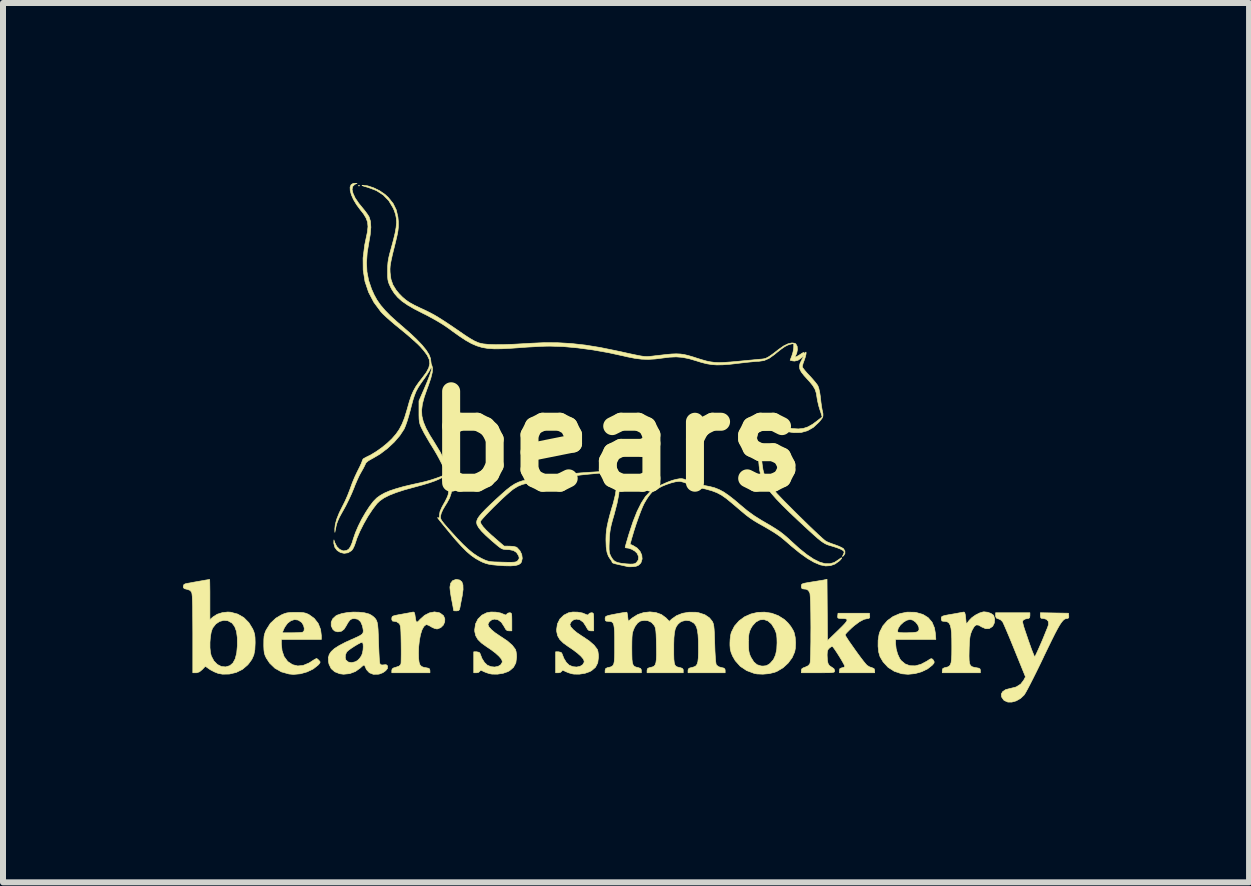
<source format=kicad_pcb>
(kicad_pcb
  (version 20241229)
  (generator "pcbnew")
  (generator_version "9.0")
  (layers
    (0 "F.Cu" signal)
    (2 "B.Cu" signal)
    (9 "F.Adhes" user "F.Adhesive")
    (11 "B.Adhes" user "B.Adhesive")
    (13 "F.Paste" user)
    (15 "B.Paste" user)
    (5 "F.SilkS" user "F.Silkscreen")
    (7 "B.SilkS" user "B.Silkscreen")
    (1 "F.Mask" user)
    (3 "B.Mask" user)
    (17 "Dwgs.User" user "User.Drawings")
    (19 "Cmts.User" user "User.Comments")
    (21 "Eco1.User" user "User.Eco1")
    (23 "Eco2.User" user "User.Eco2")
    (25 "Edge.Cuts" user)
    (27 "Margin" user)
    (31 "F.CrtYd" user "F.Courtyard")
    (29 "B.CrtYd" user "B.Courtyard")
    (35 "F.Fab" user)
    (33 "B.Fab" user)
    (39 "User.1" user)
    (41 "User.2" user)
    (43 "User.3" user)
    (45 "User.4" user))
  (footprint "bears"
    (layer "F.Cu")
    (at 7.228 4.307)
    (property "Reference" "bears" (at 0 0 0) (layer "F.SilkS") (effects (font (size 1.524 1.524) (thickness 0.3))))
    (attr through_hole)
    (fp_poly (pts (xy -4.286 -4.262) (xy -4.294 -4.255) (xy -4.302 -4.262) (xy -4.294 -4.27) (xy -4.286 -4.262)) (stroke (width 0.01) (type solid)) (fill yes) (layer "F.SilkS"))
    (fp_poly (pts (xy -2.615 2.312) (xy -2.579 2.342) (xy -2.561 2.394) (xy -2.559 2.471) (xy -2.573 2.573) (xy -2.578 2.598) (xy -2.591 2.664) (xy -2.603 2.726) (xy -2.61 2.766) (xy -2.62 2.806) (xy -2.637 2.822) (xy -2.668 2.826) (xy -2.701 2.825) (xy -2.715 2.822) (xy -2.718 2.806) (xy -2.725 2.765) (xy -2.736 2.706) (xy -2.746 2.655) (xy -2.76 2.579) (xy -2.771 2.507) (xy -2.777 2.451) (xy -2.778 2.428) (xy -2.766 2.365) (xy -2.733 2.322) (xy -2.681 2.303) (xy -2.667 2.302) (xy -2.615 2.312)) (stroke (width 0.01) (type solid)) (fill yes) (layer "F.SilkS"))
    (fp_poly (pts (xy 4.968 2.849) (xy 4.995 2.853) (xy 5.106 2.885) (xy 5.194 2.939) (xy 5.259 3.015) (xy 5.299 3.111) (xy 5.314 3.199) (xy 5.322 3.302) (xy 4.651 3.302) (xy 4.651 3.371) (xy 4.66 3.456) (xy 4.684 3.544) (xy 4.719 3.62) (xy 4.742 3.653) (xy 4.81 3.71) (xy 4.889 3.74) (xy 4.979 3.742) (xy 5.075 3.716) (xy 5.175 3.663) (xy 5.191 3.652) (xy 5.23 3.627) (xy 5.255 3.623) (xy 5.275 3.64) (xy 5.284 3.653) (xy 5.295 3.677) (xy 5.289 3.7) (xy 5.262 3.731) (xy 5.26 3.733) (xy 5.182 3.794) (xy 5.084 3.841) (xy 4.973 3.872) (xy 4.859 3.883) (xy 4.751 3.874) (xy 4.749 3.873) (xy 4.629 3.833) (xy 4.526 3.767) (xy 4.443 3.677) (xy 4.392 3.59) (xy 4.369 3.512) (xy 4.359 3.417) (xy 4.36 3.316) (xy 4.375 3.221) (xy 4.387 3.179) (xy 4.395 3.163) (xy 4.683 3.163) (xy 4.686 3.176) (xy 4.7 3.184) (xy 4.73 3.189) (xy 4.782 3.191) (xy 4.839 3.191) (xy 4.931 3.188) (xy 4.993 3.181) (xy 5.024 3.17) (xy 5.042 3.139) (xy 5.039 3.099) (xy 5.018 3.054) (xy 4.984 3.013) (xy 4.942 2.982) (xy 4.896 2.969) (xy 4.891 2.969) (xy 4.836 2.982) (xy 4.78 3.016) (xy 4.73 3.063) (xy 4.695 3.116) (xy 4.683 3.163) (xy 4.395 3.163) (xy 4.439 3.076) (xy 4.515 2.988) (xy 4.61 2.919) (xy 4.721 2.872) (xy 4.842 2.847) (xy 4.968 2.849)) (stroke (width 0.01) (type solid)) (fill yes) (layer "F.SilkS"))
    (fp_poly (pts (xy 2.585 2.865) (xy 2.696 2.906) (xy 2.798 2.971) (xy 2.856 3.026) (xy 2.903 3.084) (xy 2.941 3.146) (xy 2.959 3.185) (xy 2.977 3.264) (xy 2.984 3.357) (xy 2.98 3.449) (xy 2.969 3.509) (xy 2.927 3.605) (xy 2.86 3.696) (xy 2.775 3.774) (xy 2.678 3.832) (xy 2.637 3.849) (xy 2.543 3.872) (xy 2.439 3.881) (xy 2.34 3.877) (xy 2.294 3.868) (xy 2.168 3.821) (xy 2.062 3.75) (xy 1.978 3.656) (xy 1.934 3.58) (xy 1.909 3.519) (xy 1.895 3.465) (xy 1.89 3.401) (xy 1.89 3.365) (xy 1.89 3.358) (xy 2.199 3.358) (xy 2.2 3.435) (xy 2.204 3.49) (xy 2.213 3.534) (xy 2.228 3.575) (xy 2.242 3.604) (xy 2.288 3.677) (xy 2.341 3.723) (xy 2.407 3.744) (xy 2.44 3.746) (xy 2.494 3.74) (xy 2.54 3.716) (xy 2.562 3.698) (xy 2.615 3.638) (xy 2.65 3.561) (xy 2.67 3.465) (xy 2.675 3.358) (xy 2.673 3.282) (xy 2.668 3.226) (xy 2.655 3.178) (xy 2.634 3.128) (xy 2.632 3.124) (xy 2.582 3.044) (xy 2.522 2.993) (xy 2.456 2.97) (xy 2.388 2.976) (xy 2.323 3.011) (xy 2.265 3.074) (xy 2.238 3.119) (xy 2.219 3.162) (xy 2.208 3.202) (xy 2.201 3.251) (xy 2.199 3.317) (xy 2.199 3.358) (xy 1.89 3.358) (xy 1.893 3.297) (xy 1.901 3.233) (xy 1.912 3.186) (xy 1.965 3.08) (xy 2.041 2.993) (xy 2.133 2.925) (xy 2.238 2.878) (xy 2.351 2.851) (xy 2.468 2.847) (xy 2.585 2.865)) (stroke (width 0.01) (type solid)) (fill yes) (layer "F.SilkS"))
    (fp_poly (pts (xy -5.273 2.852) (xy -5.219 2.856) (xy -5.177 2.866) (xy -5.139 2.882) (xy -5.129 2.887) (xy -5.04 2.951) (xy -4.974 3.035) (xy -4.934 3.136) (xy -4.921 3.241) (xy -4.921 3.302) (xy -5.588 3.302) (xy -5.588 3.378) (xy -5.576 3.49) (xy -5.543 3.587) (xy -5.488 3.662) (xy -5.479 3.672) (xy -5.401 3.723) (xy -5.315 3.744) (xy -5.224 3.735) (xy -5.128 3.695) (xy -5.094 3.674) (xy -5.05 3.645) (xy -5.016 3.626) (xy -5.001 3.619) (xy -4.983 3.63) (xy -4.961 3.652) (xy -4.943 3.674) (xy -4.944 3.691) (xy -4.963 3.716) (xy -4.975 3.729) (xy -5.057 3.794) (xy -5.159 3.843) (xy -5.272 3.875) (xy -5.387 3.885) (xy -5.461 3.878) (xy -5.587 3.843) (xy -5.695 3.782) (xy -5.783 3.697) (xy -5.839 3.612) (xy -5.859 3.569) (xy -5.872 3.528) (xy -5.878 3.479) (xy -5.881 3.413) (xy -5.881 3.381) (xy -5.88 3.305) (xy -5.876 3.249) (xy -5.865 3.204) (xy -5.86 3.191) (xy -5.573 3.191) (xy -5.415 3.191) (xy -5.345 3.19) (xy -5.285 3.187) (xy -5.244 3.184) (xy -5.232 3.181) (xy -5.21 3.158) (xy -5.206 3.118) (xy -5.217 3.071) (xy -5.243 3.026) (xy -5.253 3.015) (xy -5.308 2.979) (xy -5.369 2.971) (xy -5.429 2.99) (xy -5.486 3.033) (xy -5.532 3.098) (xy -5.548 3.131) (xy -5.573 3.191) (xy -5.86 3.191) (xy -5.848 3.159) (xy -5.84 3.143) (xy -5.772 3.035) (xy -5.68 2.948) (xy -5.589 2.894) (xy -5.541 2.873) (xy -5.497 2.86) (xy -5.445 2.853) (xy -5.376 2.851) (xy -5.35 2.851) (xy -5.273 2.852)) (stroke (width 0.01) (type solid)) (fill yes) (layer "F.SilkS"))
    (fp_poly (pts (xy 6.187 2.849) (xy 6.241 2.869) (xy 6.279 2.895) (xy 6.287 2.906) (xy 6.303 2.964) (xy 6.297 3.027) (xy 6.271 3.08) (xy 6.263 3.088) (xy 6.212 3.121) (xy 6.153 3.123) (xy 6.086 3.094) (xy 6.076 3.087) (xy 6.03 3.062) (xy 5.994 3.061) (xy 5.963 3.085) (xy 5.932 3.137) (xy 5.92 3.162) (xy 5.905 3.201) (xy 5.894 3.24) (xy 5.887 3.288) (xy 5.882 3.351) (xy 5.878 3.435) (xy 5.877 3.477) (xy 5.875 3.577) (xy 5.877 3.651) (xy 5.884 3.702) (xy 5.899 3.736) (xy 5.924 3.756) (xy 5.96 3.767) (xy 6 3.774) (xy 6.041 3.782) (xy 6.06 3.796) (xy 6.064 3.82) (xy 6.064 3.858) (xy 5.429 3.858) (xy 5.429 3.819) (xy 5.435 3.791) (xy 5.459 3.776) (xy 5.485 3.769) (xy 5.519 3.761) (xy 5.545 3.747) (xy 5.563 3.725) (xy 5.576 3.689) (xy 5.583 3.636) (xy 5.587 3.561) (xy 5.588 3.46) (xy 5.588 3.412) (xy 5.587 3.286) (xy 5.583 3.188) (xy 5.574 3.114) (xy 5.561 3.063) (xy 5.541 3.029) (xy 5.514 3.009) (xy 5.478 3.001) (xy 5.454 3) (xy 5.424 2.995) (xy 5.414 2.972) (xy 5.413 2.956) (xy 5.414 2.936) (xy 5.421 2.922) (xy 5.44 2.912) (xy 5.475 2.902) (xy 5.533 2.891) (xy 5.579 2.883) (xy 5.651 2.871) (xy 5.713 2.859) (xy 5.759 2.851) (xy 5.776 2.847) (xy 5.793 2.846) (xy 5.804 2.857) (xy 5.812 2.887) (xy 5.819 2.942) (xy 5.819 2.944) (xy 5.83 3.049) (xy 5.876 2.986) (xy 5.922 2.939) (xy 5.984 2.895) (xy 6.051 2.861) (xy 6.111 2.843) (xy 6.128 2.842) (xy 6.187 2.849)) (stroke (width 0.01) (type solid)) (fill yes) (layer "F.SilkS"))
    (fp_poly (pts (xy -2.96 2.855) (xy -2.937 2.866) (xy -2.885 2.906) (xy -2.863 2.959) (xy -2.865 3.009) (xy -2.888 3.063) (xy -2.931 3.105) (xy -2.984 3.126) (xy -2.998 3.127) (xy -3.036 3.118) (xy -3.083 3.096) (xy -3.096 3.087) (xy -3.137 3.065) (xy -3.169 3.055) (xy -3.177 3.056) (xy -3.212 3.085) (xy -3.243 3.141) (xy -3.268 3.22) (xy -3.287 3.318) (xy -3.299 3.43) (xy -3.302 3.526) (xy -3.3 3.618) (xy -3.292 3.683) (xy -3.277 3.726) (xy -3.251 3.753) (xy -3.212 3.768) (xy -3.179 3.773) (xy -3.136 3.782) (xy -3.116 3.795) (xy -3.112 3.82) (xy -3.111 3.82) (xy -3.111 3.858) (xy -3.747 3.858) (xy -3.747 3.82) (xy -3.741 3.795) (xy -3.72 3.778) (xy -3.676 3.764) (xy -3.675 3.764) (xy -3.626 3.747) (xy -3.601 3.724) (xy -3.595 3.71) (xy -3.592 3.683) (xy -3.591 3.63) (xy -3.59 3.556) (xy -3.59 3.468) (xy -3.591 3.371) (xy -3.591 3.37) (xy -3.593 3.263) (xy -3.595 3.184) (xy -3.598 3.127) (xy -3.603 3.087) (xy -3.61 3.061) (xy -3.618 3.043) (xy -3.626 3.034) (xy -3.667 3.007) (xy -3.701 3) (xy -3.734 2.996) (xy -3.746 2.975) (xy -3.747 2.955) (xy -3.745 2.935) (xy -3.738 2.92) (xy -3.719 2.91) (xy -3.682 2.9) (xy -3.622 2.888) (xy -3.592 2.883) (xy -3.521 2.87) (xy -3.46 2.859) (xy -3.416 2.85) (xy -3.402 2.847) (xy -3.381 2.846) (xy -3.369 2.858) (xy -3.361 2.893) (xy -3.358 2.916) (xy -3.348 2.976) (xy -3.339 3.008) (xy -3.325 3.014) (xy -3.301 2.995) (xy -3.275 2.967) (xy -3.2 2.9) (xy -3.119 2.859) (xy -3.037 2.843) (xy -2.96 2.855)) (stroke (width 0.01) (type solid)) (fill yes) (layer "F.SilkS"))
    (fp_poly (pts (xy -2.013 2.847) (xy -1.935 2.861) (xy -1.892 2.878) (xy -1.856 2.893) (xy -1.839 2.893) (xy -1.831 2.88) (xy -1.81 2.863) (xy -1.784 2.857) (xy -1.767 2.859) (xy -1.756 2.866) (xy -1.749 2.887) (xy -1.747 2.925) (xy -1.746 2.988) (xy -1.746 3.008) (xy -1.746 3.159) (xy -1.792 3.159) (xy -1.823 3.155) (xy -1.846 3.136) (xy -1.869 3.096) (xy -1.874 3.087) (xy -1.92 3.016) (xy -1.975 2.975) (xy -2.036 2.963) (xy -2.081 2.975) (xy -2.12 3.005) (xy -2.142 3.044) (xy -2.143 3.056) (xy -2.129 3.092) (xy -2.089 3.137) (xy -2.027 3.189) (xy -1.946 3.244) (xy -1.932 3.253) (xy -1.821 3.327) (xy -1.739 3.399) (xy -1.688 3.466) (xy -1.685 3.472) (xy -1.675 3.506) (xy -1.668 3.559) (xy -1.667 3.599) (xy -1.679 3.692) (xy -1.718 3.766) (xy -1.782 3.822) (xy -1.813 3.839) (xy -1.893 3.867) (xy -1.986 3.881) (xy -2.076 3.88) (xy -2.116 3.873) (xy -2.17 3.856) (xy -2.221 3.835) (xy -2.223 3.833) (xy -2.256 3.818) (xy -2.272 3.82) (xy -2.28 3.833) (xy -2.302 3.852) (xy -2.335 3.858) (xy -2.381 3.858) (xy -2.381 3.508) (xy -2.333 3.508) (xy -2.291 3.517) (xy -2.276 3.536) (xy -2.244 3.619) (xy -2.202 3.686) (xy -2.157 3.729) (xy -2.155 3.731) (xy -2.094 3.756) (xy -2.032 3.762) (xy -1.975 3.751) (xy -1.931 3.725) (xy -1.907 3.685) (xy -1.905 3.665) (xy -1.919 3.63) (xy -1.958 3.584) (xy -2.018 3.529) (xy -2.098 3.469) (xy -2.167 3.423) (xy -2.253 3.361) (xy -2.312 3.302) (xy -2.348 3.24) (xy -2.364 3.171) (xy -2.365 3.139) (xy -2.351 3.043) (xy -2.31 2.961) (xy -2.245 2.897) (xy -2.164 2.857) (xy -2.095 2.845) (xy -2.013 2.847)) (stroke (width 0.01) (type solid)) (fill yes) (layer "F.SilkS"))
    (fp_poly (pts (xy -0.648 2.847) (xy -0.569 2.861) (xy -0.527 2.878) (xy -0.491 2.893) (xy -0.474 2.893) (xy -0.466 2.88) (xy -0.445 2.863) (xy -0.419 2.857) (xy -0.401 2.859) (xy -0.39 2.866) (xy -0.384 2.887) (xy -0.382 2.925) (xy -0.381 2.988) (xy -0.381 3.008) (xy -0.381 3.159) (xy -0.427 3.159) (xy -0.458 3.155) (xy -0.48 3.136) (xy -0.504 3.096) (xy -0.508 3.087) (xy -0.554 3.016) (xy -0.61 2.975) (xy -0.67 2.963) (xy -0.716 2.975) (xy -0.755 3.005) (xy -0.776 3.044) (xy -0.778 3.056) (xy -0.764 3.092) (xy -0.724 3.137) (xy -0.662 3.189) (xy -0.581 3.244) (xy -0.566 3.253) (xy -0.456 3.327) (xy -0.374 3.399) (xy -0.323 3.466) (xy -0.319 3.472) (xy -0.31 3.506) (xy -0.303 3.559) (xy -0.302 3.599) (xy -0.314 3.692) (xy -0.352 3.766) (xy -0.417 3.822) (xy -0.448 3.839) (xy -0.528 3.867) (xy -0.621 3.881) (xy -0.71 3.88) (xy -0.751 3.873) (xy -0.805 3.856) (xy -0.855 3.835) (xy -0.858 3.833) (xy -0.891 3.818) (xy -0.907 3.82) (xy -0.915 3.833) (xy -0.937 3.852) (xy -0.97 3.858) (xy -1.016 3.858) (xy -1.016 3.508) (xy -0.968 3.508) (xy -0.926 3.517) (xy -0.911 3.536) (xy -0.878 3.619) (xy -0.837 3.686) (xy -0.792 3.729) (xy -0.79 3.731) (xy -0.729 3.756) (xy -0.666 3.762) (xy -0.61 3.751) (xy -0.566 3.725) (xy -0.542 3.685) (xy -0.54 3.665) (xy -0.553 3.63) (xy -0.592 3.584) (xy -0.653 3.529) (xy -0.733 3.469) (xy -0.802 3.423) (xy -0.888 3.361) (xy -0.947 3.302) (xy -0.983 3.24) (xy -0.998 3.171) (xy -1 3.139) (xy -0.986 3.043) (xy -0.945 2.961) (xy -0.879 2.897) (xy -0.799 2.857) (xy -0.73 2.845) (xy -0.648 2.847)) (stroke (width 0.01) (type solid)) (fill yes) (layer "F.SilkS"))
    (fp_poly (pts (xy 7.533 2.865) (xy 7.538 2.909) (xy 7.537 2.941) (xy 7.519 2.952) (xy 7.51 2.953) (xy 7.488 2.956) (xy 7.466 2.965) (xy 7.443 2.985) (xy 7.417 3.016) (xy 7.386 3.062) (xy 7.35 3.125) (xy 7.307 3.206) (xy 7.255 3.31) (xy 7.193 3.437) (xy 7.119 3.59) (xy 7.113 3.604) (xy 7.052 3.731) (xy 6.993 3.851) (xy 6.938 3.961) (xy 6.889 4.057) (xy 6.848 4.135) (xy 6.816 4.193) (xy 6.795 4.225) (xy 6.793 4.229) (xy 6.732 4.286) (xy 6.662 4.326) (xy 6.59 4.346) (xy 6.522 4.346) (xy 6.466 4.322) (xy 6.452 4.311) (xy 6.418 4.261) (xy 6.413 4.213) (xy 6.436 4.172) (xy 6.485 4.139) (xy 6.557 4.12) (xy 6.563 4.119) (xy 6.661 4.094) (xy 6.736 4.047) (xy 6.786 3.982) (xy 6.816 3.925) (xy 6.637 3.484) (xy 6.591 3.371) (xy 6.548 3.266) (xy 6.509 3.174) (xy 6.476 3.097) (xy 6.451 3.041) (xy 6.436 3.009) (xy 6.433 3.005) (xy 6.399 2.973) (xy 6.363 2.958) (xy 6.33 2.945) (xy 6.319 2.918) (xy 6.318 2.903) (xy 6.318 2.857) (xy 6.89 2.857) (xy 6.89 2.905) (xy 6.885 2.939) (xy 6.867 2.952) (xy 6.853 2.953) (xy 6.811 2.962) (xy 6.786 2.976) (xy 6.776 2.984) (xy 6.77 2.996) (xy 6.769 3.014) (xy 6.775 3.044) (xy 6.787 3.089) (xy 6.808 3.153) (xy 6.838 3.241) (xy 6.858 3.3) (xy 6.89 3.391) (xy 6.918 3.47) (xy 6.943 3.532) (xy 6.96 3.574) (xy 6.97 3.591) (xy 6.971 3.591) (xy 6.983 3.57) (xy 7.004 3.526) (xy 7.032 3.465) (xy 7.064 3.392) (xy 7.098 3.314) (xy 7.13 3.236) (xy 7.159 3.164) (xy 7.183 3.106) (xy 7.197 3.065) (xy 7.201 3.053) (xy 7.198 3.003) (xy 7.169 2.968) (xy 7.119 2.953) (xy 7.111 2.953) (xy 7.078 2.949) (xy 7.066 2.93) (xy 7.064 2.905) (xy 7.064 2.857) (xy 7.533 2.865)) (stroke (width 0.01) (type solid)) (fill yes) (layer "F.SilkS"))
    (fp_poly (pts (xy -6.782 2.317) (xy -6.781 2.359) (xy -6.78 2.424) (xy -6.779 2.507) (xy -6.779 2.602) (xy -6.779 2.637) (xy -6.779 2.972) (xy -6.725 2.925) (xy -6.657 2.882) (xy -6.571 2.855) (xy -6.481 2.845) (xy -6.434 2.848) (xy -6.317 2.879) (xy -6.215 2.937) (xy -6.13 3.022) (xy -6.066 3.126) (xy -6.046 3.174) (xy -6.033 3.22) (xy -6.027 3.272) (xy -6.025 3.343) (xy -6.025 3.365) (xy -6.03 3.473) (xy -6.047 3.56) (xy -6.08 3.634) (xy -6.132 3.706) (xy -6.151 3.728) (xy -6.237 3.801) (xy -6.34 3.852) (xy -6.454 3.879) (xy -6.569 3.881) (xy -6.641 3.868) (xy -6.702 3.844) (xy -6.766 3.811) (xy -6.786 3.798) (xy -6.855 3.749) (xy -6.907 3.804) (xy -6.953 3.842) (xy -6.997 3.857) (xy -7.012 3.858) (xy -7.064 3.858) (xy -7.064 3.349) (xy -6.778 3.349) (xy -6.778 3.44) (xy -6.77 3.521) (xy -6.756 3.579) (xy -6.712 3.661) (xy -6.655 3.719) (xy -6.588 3.753) (xy -6.516 3.76) (xy -6.446 3.739) (xy -6.395 3.695) (xy -6.357 3.625) (xy -6.332 3.526) (xy -6.321 3.403) (xy -6.322 3.272) (xy -6.336 3.168) (xy -6.365 3.089) (xy -6.408 3.031) (xy -6.415 3.026) (xy -6.478 2.991) (xy -6.547 2.984) (xy -6.617 3.002) (xy -6.68 3.044) (xy -6.731 3.109) (xy -6.737 3.119) (xy -6.757 3.178) (xy -6.771 3.258) (xy -6.778 3.349) (xy -7.064 3.349) (xy -7.064 3.207) (xy -7.065 3.026) (xy -7.066 2.875) (xy -7.067 2.752) (xy -7.07 2.657) (xy -7.073 2.587) (xy -7.078 2.541) (xy -7.083 2.517) (xy -7.083 2.517) (xy -7.108 2.485) (xy -7.153 2.468) (xy -7.162 2.466) (xy -7.203 2.456) (xy -7.22 2.44) (xy -7.223 2.419) (xy -7.212 2.386) (xy -7.187 2.374) (xy -7.161 2.368) (xy -7.113 2.36) (xy -7.051 2.348) (xy -6.982 2.336) (xy -6.914 2.324) (xy -6.853 2.313) (xy -6.808 2.306) (xy -6.785 2.302) (xy -6.784 2.302) (xy -6.782 2.317)) (stroke (width 0.01) (type solid)) (fill yes) (layer "F.SilkS"))
    (fp_poly (pts (xy -4.292 2.848) (xy -4.201 2.858) (xy -4.126 2.878) (xy -4.083 2.901) (xy -4.049 2.927) (xy -4.024 2.952) (xy -4.005 2.98) (xy -3.991 3.017) (xy -3.982 3.066) (xy -3.976 3.133) (xy -3.972 3.222) (xy -3.968 3.338) (xy -3.968 3.347) (xy -3.964 3.447) (xy -3.96 3.538) (xy -3.956 3.614) (xy -3.951 3.671) (xy -3.947 3.702) (xy -3.946 3.705) (xy -3.928 3.725) (xy -3.896 3.728) (xy -3.88 3.725) (xy -3.842 3.723) (xy -3.823 3.736) (xy -3.817 3.751) (xy -3.82 3.787) (xy -3.849 3.823) (xy -3.895 3.856) (xy -3.952 3.878) (xy -3.973 3.882) (xy -4.056 3.883) (xy -4.121 3.857) (xy -4.169 3.805) (xy -4.197 3.742) (xy -4.205 3.729) (xy -4.221 3.733) (xy -4.249 3.756) (xy -4.271 3.777) (xy -4.353 3.836) (xy -4.449 3.872) (xy -4.551 3.882) (xy -4.615 3.874) (xy -4.698 3.841) (xy -4.758 3.788) (xy -4.794 3.713) (xy -4.803 3.666) (xy -4.804 3.608) (xy -4.523 3.608) (xy -4.512 3.645) (xy -4.472 3.679) (xy -4.417 3.689) (xy -4.355 3.674) (xy -4.318 3.653) (xy -4.284 3.619) (xy -4.253 3.575) (xy -4.251 3.571) (xy -4.236 3.529) (xy -4.226 3.477) (xy -4.223 3.425) (xy -4.225 3.381) (xy -4.234 3.354) (xy -4.242 3.35) (xy -4.269 3.358) (xy -4.313 3.381) (xy -4.365 3.412) (xy -4.419 3.447) (xy -4.465 3.48) (xy -4.495 3.507) (xy -4.5 3.512) (xy -4.519 3.558) (xy -4.523 3.608) (xy -4.804 3.608) (xy -4.804 3.607) (xy -4.79 3.553) (xy -4.757 3.504) (xy -4.704 3.455) (xy -4.627 3.406) (xy -4.525 3.352) (xy -4.415 3.302) (xy -4.334 3.266) (xy -4.277 3.238) (xy -4.242 3.214) (xy -4.225 3.187) (xy -4.222 3.155) (xy -4.229 3.111) (xy -4.238 3.072) (xy -4.266 3.007) (xy -4.312 2.966) (xy -4.373 2.953) (xy -4.413 2.959) (xy -4.446 2.98) (xy -4.478 3.023) (xy -4.507 3.075) (xy -4.544 3.133) (xy -4.587 3.165) (xy -4.643 3.175) (xy -4.649 3.175) (xy -4.7 3.161) (xy -4.73 3.133) (xy -4.757 3.075) (xy -4.757 3.014) (xy -4.731 2.957) (xy -4.68 2.91) (xy -4.657 2.897) (xy -4.581 2.871) (xy -4.49 2.854) (xy -4.391 2.846) (xy -4.292 2.848)) (stroke (width 0.01) (type solid)) (fill yes) (layer "F.SilkS"))
    (fp_poly (pts (xy 3.516 3.322) (xy 3.691 3.153) (xy 3.762 3.083) (xy 3.811 3.031) (xy 3.837 2.996) (xy 3.843 2.973) (xy 3.828 2.96) (xy 3.795 2.954) (xy 3.749 2.953) (xy 3.707 2.951) (xy 3.688 2.943) (xy 3.685 2.923) (xy 3.686 2.909) (xy 3.691 2.865) (xy 4.215 2.865) (xy 4.22 2.909) (xy 4.219 2.941) (xy 4.202 2.952) (xy 4.188 2.953) (xy 4.124 2.967) (xy 4.047 3.008) (xy 3.96 3.073) (xy 3.917 3.111) (xy 3.87 3.156) (xy 3.833 3.194) (xy 3.813 3.219) (xy 3.81 3.225) (xy 3.819 3.245) (xy 3.844 3.285) (xy 3.88 3.34) (xy 3.926 3.405) (xy 3.976 3.476) (xy 4.027 3.547) (xy 4.076 3.613) (xy 4.12 3.67) (xy 4.154 3.711) (xy 4.174 3.733) (xy 4.175 3.734) (xy 4.218 3.76) (xy 4.258 3.773) (xy 4.292 3.788) (xy 4.302 3.816) (xy 4.302 3.82) (xy 4.302 3.858) (xy 3.715 3.858) (xy 3.715 3.819) (xy 3.722 3.789) (xy 3.751 3.776) (xy 3.757 3.775) (xy 3.791 3.766) (xy 3.805 3.753) (xy 3.799 3.735) (xy 3.779 3.697) (xy 3.75 3.646) (xy 3.715 3.588) (xy 3.678 3.53) (xy 3.643 3.477) (xy 3.615 3.438) (xy 3.602 3.422) (xy 3.582 3.421) (xy 3.549 3.444) (xy 3.548 3.445) (xy 3.524 3.472) (xy 3.513 3.504) (xy 3.51 3.553) (xy 3.51 3.571) (xy 3.514 3.648) (xy 3.524 3.7) (xy 3.544 3.735) (xy 3.575 3.758) (xy 3.584 3.762) (xy 3.624 3.791) (xy 3.635 3.822) (xy 3.634 3.835) (xy 3.629 3.844) (xy 3.615 3.85) (xy 3.588 3.854) (xy 3.544 3.857) (xy 3.477 3.857) (xy 3.384 3.858) (xy 3.358 3.858) (xy 3.08 3.858) (xy 3.08 3.82) (xy 3.086 3.794) (xy 3.111 3.776) (xy 3.144 3.764) (xy 3.197 3.739) (xy 3.223 3.705) (xy 3.228 3.678) (xy 3.231 3.623) (xy 3.234 3.546) (xy 3.236 3.451) (xy 3.238 3.343) (xy 3.238 3.226) (xy 3.239 3.105) (xy 3.238 2.984) (xy 3.237 2.868) (xy 3.235 2.763) (xy 3.232 2.671) (xy 3.229 2.598) (xy 3.225 2.549) (xy 3.222 2.529) (xy 3.197 2.485) (xy 3.162 2.465) (xy 3.123 2.461) (xy 3.092 2.456) (xy 3.081 2.434) (xy 3.08 2.416) (xy 3.081 2.397) (xy 3.087 2.383) (xy 3.104 2.373) (xy 3.137 2.364) (xy 3.192 2.354) (xy 3.258 2.343) (xy 3.334 2.331) (xy 3.4 2.32) (xy 3.45 2.312) (xy 3.472 2.307) (xy 3.508 2.299) (xy 3.516 3.322)) (stroke (width 0.01) (type solid)) (fill yes) (layer "F.SilkS"))
    (fp_poly (pts (xy 0.656 2.854) (xy 0.748 2.887) (xy 0.824 2.943) (xy 0.825 2.944) (xy 0.879 3) (xy 0.92 2.962) (xy 0.999 2.906) (xy 1.097 2.867) (xy 1.207 2.848) (xy 1.32 2.849) (xy 1.369 2.857) (xy 1.471 2.89) (xy 1.548 2.942) (xy 1.595 3) (xy 1.606 3.023) (xy 1.615 3.049) (xy 1.621 3.083) (xy 1.626 3.131) (xy 1.63 3.198) (xy 1.633 3.288) (xy 1.636 3.373) (xy 1.64 3.496) (xy 1.646 3.595) (xy 1.652 3.669) (xy 1.659 3.714) (xy 1.663 3.725) (xy 1.698 3.756) (xy 1.746 3.77) (xy 1.788 3.78) (xy 1.806 3.796) (xy 1.81 3.819) (xy 1.81 3.858) (xy 1.191 3.858) (xy 1.191 3.82) (xy 1.196 3.795) (xy 1.217 3.779) (xy 1.258 3.769) (xy 1.295 3.758) (xy 1.323 3.742) (xy 1.342 3.715) (xy 1.355 3.673) (xy 1.362 3.612) (xy 1.365 3.527) (xy 1.365 3.45) (xy 1.364 3.324) (xy 1.358 3.226) (xy 1.348 3.152) (xy 1.333 3.096) (xy 1.311 3.055) (xy 1.283 3.025) (xy 1.222 2.992) (xy 1.153 2.984) (xy 1.086 3.001) (xy 1.056 3.019) (xy 1.021 3.051) (xy 0.995 3.088) (xy 0.976 3.135) (xy 0.964 3.196) (xy 0.956 3.276) (xy 0.953 3.381) (xy 0.953 3.448) (xy 0.953 3.553) (xy 0.955 3.631) (xy 0.961 3.687) (xy 0.971 3.724) (xy 0.987 3.747) (xy 1.011 3.76) (xy 1.044 3.769) (xy 1.056 3.771) (xy 1.094 3.783) (xy 1.11 3.803) (xy 1.111 3.82) (xy 1.111 3.858) (xy 0.508 3.858) (xy 0.508 3.819) (xy 0.514 3.791) (xy 0.537 3.776) (xy 0.564 3.769) (xy 0.599 3.76) (xy 0.626 3.747) (xy 0.644 3.723) (xy 0.656 3.687) (xy 0.663 3.633) (xy 0.666 3.557) (xy 0.665 3.455) (xy 0.664 3.402) (xy 0.662 3.297) (xy 0.659 3.219) (xy 0.655 3.163) (xy 0.649 3.123) (xy 0.641 3.094) (xy 0.63 3.072) (xy 0.628 3.069) (xy 0.583 3.018) (xy 0.523 2.99) (xy 0.463 2.985) (xy 0.401 2.994) (xy 0.351 3.027) (xy 0.308 3.085) (xy 0.292 3.118) (xy 0.278 3.151) (xy 0.268 3.183) (xy 0.261 3.219) (xy 0.257 3.268) (xy 0.255 3.333) (xy 0.254 3.423) (xy 0.254 3.454) (xy 0.255 3.558) (xy 0.257 3.635) (xy 0.263 3.689) (xy 0.275 3.725) (xy 0.293 3.748) (xy 0.32 3.762) (xy 0.356 3.771) (xy 0.362 3.772) (xy 0.399 3.785) (xy 0.412 3.808) (xy 0.413 3.82) (xy 0.413 3.858) (xy -0.191 3.858) (xy -0.191 3.819) (xy -0.184 3.79) (xy -0.157 3.774) (xy -0.139 3.77) (xy -0.104 3.762) (xy -0.078 3.751) (xy -0.059 3.734) (xy -0.046 3.707) (xy -0.038 3.665) (xy -0.034 3.604) (xy -0.032 3.52) (xy -0.032 3.409) (xy -0.032 3.39) (xy -0.032 3.269) (xy -0.034 3.176) (xy -0.039 3.107) (xy -0.047 3.059) (xy -0.06 3.028) (xy -0.079 3.01) (xy -0.104 3.002) (xy -0.136 3) (xy -0.173 2.997) (xy -0.188 2.984) (xy -0.191 2.956) (xy -0.189 2.937) (xy -0.183 2.923) (xy -0.165 2.912) (xy -0.131 2.901) (xy -0.075 2.889) (xy -0.013 2.877) (xy 0.058 2.864) (xy 0.117 2.854) (xy 0.157 2.849) (xy 0.172 2.849) (xy 0.177 2.868) (xy 0.184 2.907) (xy 0.186 2.928) (xy 0.194 2.999) (xy 0.263 2.943) (xy 0.352 2.887) (xy 0.452 2.854) (xy 0.555 2.843) (xy 0.656 2.854)) (stroke (width 0.01) (type solid)) (fill yes) (layer "F.SilkS"))
    (fp_poly (pts (xy -4.148 -4.259) (xy -4.049 -4.226) (xy -3.949 -4.177) (xy -3.859 -4.115) (xy -3.805 -4.065) (xy -3.725 -3.965) (xy -3.673 -3.859) (xy -3.645 -3.74) (xy -3.638 -3.666) (xy -3.637 -3.615) (xy -3.638 -3.568) (xy -3.643 -3.519) (xy -3.652 -3.463) (xy -3.668 -3.392) (xy -3.69 -3.3) (xy -3.707 -3.231) (xy -3.734 -3.123) (xy -3.753 -3.039) (xy -3.766 -2.974) (xy -3.774 -2.922) (xy -3.777 -2.875) (xy -3.776 -2.83) (xy -3.775 -2.811) (xy -3.761 -2.703) (xy -3.729 -2.61) (xy -3.675 -2.522) (xy -3.624 -2.46) (xy -3.571 -2.406) (xy -3.516 -2.359) (xy -3.453 -2.315) (xy -3.375 -2.272) (xy -3.276 -2.224) (xy -3.221 -2.199) (xy -3.158 -2.169) (xy -3.097 -2.138) (xy -3.034 -2.104) (xy -2.966 -2.063) (xy -2.888 -2.014) (xy -2.797 -1.954) (xy -2.689 -1.881) (xy -2.56 -1.792) (xy -2.528 -1.77) (xy -2.449 -1.719) (xy -2.373 -1.675) (xy -2.308 -1.646) (xy -2.29 -1.64) (xy -2.224 -1.625) (xy -2.135 -1.616) (xy -2.02 -1.612) (xy -1.88 -1.613) (xy -1.711 -1.619) (xy -1.514 -1.63) (xy -1.451 -1.634) (xy -1.212 -1.645) (xy -0.982 -1.644) (xy -0.755 -1.631) (xy -0.522 -1.605) (xy -0.275 -1.565) (xy -0.024 -1.514) (xy 0.111 -1.485) (xy 0.219 -1.461) (xy 0.305 -1.443) (xy 0.372 -1.429) (xy 0.426 -1.42) (xy 0.47 -1.415) (xy 0.509 -1.414) (xy 0.548 -1.416) (xy 0.589 -1.42) (xy 0.639 -1.426) (xy 0.7 -1.433) (xy 0.701 -1.433) (xy 0.82 -1.447) (xy 0.916 -1.456) (xy 0.994 -1.459) (xy 1.062 -1.456) (xy 1.127 -1.447) (xy 1.197 -1.43) (xy 1.279 -1.406) (xy 1.337 -1.387) (xy 1.424 -1.36) (xy 1.498 -1.339) (xy 1.567 -1.325) (xy 1.635 -1.316) (xy 1.709 -1.313) (xy 1.795 -1.316) (xy 1.899 -1.323) (xy 2.026 -1.334) (xy 2.072 -1.339) (xy 2.166 -1.348) (xy 2.255 -1.356) (xy 2.333 -1.364) (xy 2.39 -1.369) (xy 2.409 -1.37) (xy 2.449 -1.375) (xy 2.485 -1.384) (xy 2.523 -1.402) (xy 2.568 -1.431) (xy 2.627 -1.474) (xy 2.704 -1.534) (xy 2.71 -1.538) (xy 2.787 -1.592) (xy 2.86 -1.627) (xy 2.924 -1.641) (xy 2.973 -1.634) (xy 2.988 -1.624) (xy 3.01 -1.585) (xy 3.015 -1.53) (xy 3.003 -1.469) (xy 2.991 -1.443) (xy 2.976 -1.411) (xy 2.977 -1.402) (xy 2.997 -1.411) (xy 3.003 -1.414) (xy 3.043 -1.437) (xy 3.084 -1.464) (xy 3.115 -1.482) (xy 3.127 -1.478) (xy 3.128 -1.473) (xy 3.132 -1.463) (xy 3.143 -1.476) (xy 3.156 -1.488) (xy 3.16 -1.476) (xy 3.156 -1.445) (xy 3.145 -1.402) (xy 3.129 -1.353) (xy 3.127 -1.349) (xy 3.109 -1.3) (xy 3.098 -1.259) (xy 3.096 -1.244) (xy 3.106 -1.223) (xy 3.135 -1.185) (xy 3.176 -1.137) (xy 3.213 -1.098) (xy 3.265 -1.041) (xy 3.311 -0.987) (xy 3.345 -0.943) (xy 3.357 -0.923) (xy 3.371 -0.883) (xy 3.385 -0.822) (xy 3.396 -0.751) (xy 3.399 -0.724) (xy 3.407 -0.651) (xy 3.417 -0.582) (xy 3.426 -0.528) (xy 3.429 -0.516) (xy 3.44 -0.461) (xy 3.44 -0.421) (xy 3.426 -0.386) (xy 3.394 -0.344) (xy 3.372 -0.319) (xy 3.28 -0.233) (xy 3.182 -0.177) (xy 3.074 -0.147) (xy 2.953 -0.145) (xy 2.831 -0.164) (xy 2.742 -0.179) (xy 2.64 -0.185) (xy 2.546 -0.183) (xy 2.47 -0.18) (xy 2.42 -0.176) (xy 2.389 -0.171) (xy 2.371 -0.161) (xy 2.361 -0.146) (xy 2.354 -0.132) (xy 2.337 -0.061) (xy 2.341 0.022) (xy 2.369 0.121) (xy 2.374 0.135) (xy 2.399 0.218) (xy 2.419 0.315) (xy 2.427 0.383) (xy 2.441 0.476) (xy 2.464 0.559) (xy 2.5 0.639) (xy 2.554 0.723) (xy 2.628 0.818) (xy 2.636 0.827) (xy 2.672 0.869) (xy 2.725 0.925) (xy 2.792 0.995) (xy 2.87 1.073) (xy 2.954 1.158) (xy 3.042 1.245) (xy 3.131 1.332) (xy 3.217 1.416) (xy 3.297 1.492) (xy 3.368 1.559) (xy 3.426 1.612) (xy 3.469 1.649) (xy 3.492 1.666) (xy 3.525 1.681) (xy 3.577 1.702) (xy 3.637 1.723) (xy 3.64 1.724) (xy 3.699 1.746) (xy 3.749 1.769) (xy 3.78 1.787) (xy 3.781 1.788) (xy 3.806 1.828) (xy 3.806 1.872) (xy 3.784 1.907) (xy 3.766 1.92) (xy 3.767 1.911) (xy 3.776 1.894) (xy 3.79 1.861) (xy 3.794 1.843) (xy 3.779 1.822) (xy 3.737 1.798) (xy 3.671 1.772) (xy 3.586 1.745) (xy 3.581 1.744) (xy 3.543 1.733) (xy 3.509 1.721) (xy 3.477 1.706) (xy 3.442 1.685) (xy 3.402 1.657) (xy 3.354 1.618) (xy 3.296 1.567) (xy 3.222 1.5) (xy 3.132 1.417) (xy 3.032 1.324) (xy 2.887 1.187) (xy 2.765 1.067) (xy 2.664 0.962) (xy 2.582 0.869) (xy 2.516 0.784) (xy 2.466 0.706) (xy 2.429 0.631) (xy 2.402 0.558) (xy 2.385 0.482) (xy 2.375 0.401) (xy 2.374 0.386) (xy 2.366 0.307) (xy 2.353 0.228) (xy 2.337 0.163) (xy 2.333 0.149) (xy 2.307 0.038) (xy 2.306 -0.064) (xy 2.331 -0.153) (xy 2.334 -0.16) (xy 2.352 -0.202) (xy 2.357 -0.234) (xy 2.356 -0.241) (xy 2.354 -0.252) (xy 2.362 -0.248) (xy 2.379 -0.252) (xy 2.386 -0.266) (xy 2.392 -0.28) (xy 2.395 -0.264) (xy 2.395 -0.257) (xy 2.403 -0.229) (xy 2.425 -0.214) (xy 2.466 -0.212) (xy 2.531 -0.222) (xy 2.563 -0.229) (xy 2.623 -0.243) (xy 2.67 -0.248) (xy 2.715 -0.247) (xy 2.773 -0.239) (xy 2.813 -0.232) (xy 2.933 -0.213) (xy 3.031 -0.207) (xy 3.114 -0.216) (xy 3.19 -0.241) (xy 3.266 -0.284) (xy 3.334 -0.334) (xy 3.378 -0.368) (xy 3.411 -0.394) (xy 3.426 -0.405) (xy 3.426 -0.405) (xy 3.423 -0.421) (xy 3.412 -0.459) (xy 3.395 -0.511) (xy 3.392 -0.518) (xy 3.37 -0.59) (xy 3.352 -0.667) (xy 3.342 -0.722) (xy 3.329 -0.804) (xy 3.307 -0.87) (xy 3.271 -0.93) (xy 3.218 -0.995) (xy 3.194 -1.021) (xy 3.126 -1.096) (xy 3.079 -1.156) (xy 3.054 -1.206) (xy 3.048 -1.253) (xy 3.058 -1.3) (xy 3.085 -1.355) (xy 3.09 -1.364) (xy 3.132 -1.437) (xy 3.086 -1.395) (xy 3.025 -1.352) (xy 2.967 -1.338) (xy 2.932 -1.342) (xy 2.893 -1.352) (xy 2.923 -1.43) (xy 2.941 -1.489) (xy 2.951 -1.548) (xy 2.953 -1.57) (xy 2.953 -1.632) (xy 2.896 -1.619) (xy 2.854 -1.605) (xy 2.805 -1.58) (xy 2.747 -1.54) (xy 2.673 -1.482) (xy 2.631 -1.447) (xy 2.543 -1.384) (xy 2.459 -1.347) (xy 2.37 -1.334) (xy 2.356 -1.334) (xy 2.319 -1.332) (xy 2.258 -1.326) (xy 2.179 -1.318) (xy 2.089 -1.308) (xy 2.024 -1.3) (xy 1.885 -1.284) (xy 1.77 -1.276) (xy 1.672 -1.274) (xy 1.584 -1.28) (xy 1.499 -1.294) (xy 1.41 -1.317) (xy 1.333 -1.341) (xy 1.208 -1.378) (xy 1.098 -1.4) (xy 0.993 -1.408) (xy 0.882 -1.403) (xy 0.779 -1.39) (xy 0.644 -1.373) (xy 0.527 -1.366) (xy 0.415 -1.37) (xy 0.299 -1.385) (xy 0.167 -1.411) (xy 0.127 -1.421) (xy -0.134 -1.478) (xy -0.395 -1.524) (xy -0.649 -1.558) (xy -0.89 -1.58) (xy -1.11 -1.587) (xy -1.115 -1.587) (xy -1.18 -1.586) (xy -1.268 -1.583) (xy -1.372 -1.577) (xy -1.485 -1.571) (xy -1.598 -1.563) (xy -1.607 -1.562) (xy -1.777 -1.55) (xy -1.919 -1.543) (xy -2.041 -1.542) (xy -2.147 -1.549) (xy -2.241 -1.565) (xy -2.33 -1.592) (xy -2.418 -1.63) (xy -2.511 -1.682) (xy -2.613 -1.749) (xy -2.73 -1.832) (xy -2.81 -1.891) (xy -2.904 -1.954) (xy -3.021 -2.024) (xy -3.155 -2.097) (xy -3.235 -2.137) (xy -3.373 -2.208) (xy -3.485 -2.273) (xy -3.575 -2.335) (xy -3.646 -2.398) (xy -3.703 -2.464) (xy -3.749 -2.536) (xy -3.766 -2.569) (xy -3.79 -2.619) (xy -3.805 -2.66) (xy -3.813 -2.702) (xy -3.817 -2.754) (xy -3.817 -2.828) (xy -3.817 -2.841) (xy -3.816 -2.918) (xy -3.811 -2.984) (xy -3.801 -3.048) (xy -3.784 -3.121) (xy -3.758 -3.214) (xy -3.758 -3.215) (xy -3.72 -3.356) (xy -3.692 -3.472) (xy -3.675 -3.568) (xy -3.668 -3.649) (xy -3.672 -3.72) (xy -3.685 -3.786) (xy -3.708 -3.852) (xy -3.726 -3.892) (xy -3.797 -4.011) (xy -3.889 -4.106) (xy -4.003 -4.18) (xy -4.14 -4.232) (xy -4.161 -4.238) (xy -4.21 -4.252) (xy -4.239 -4.263) (xy -4.243 -4.269) (xy -4.239 -4.269) (xy -4.148 -4.259)) (stroke (width 0.01) (type solid)) (fill yes) (layer "F.SilkS"))
    (fp_poly (pts (xy -4.326 -4.302) (xy -4.366 -4.282) (xy -4.399 -4.249) (xy -4.409 -4.199) (xy -4.394 -4.135) (xy -4.358 -4.057) (xy -4.299 -3.97) (xy -4.246 -3.905) (xy -4.2 -3.849) (xy -4.159 -3.794) (xy -4.13 -3.75) (xy -4.126 -3.743) (xy -4.103 -3.669) (xy -4.096 -3.568) (xy -4.107 -3.443) (xy -4.126 -3.332) (xy -4.157 -3.146) (xy -4.168 -2.98) (xy -4.161 -2.827) (xy -4.133 -2.682) (xy -4.084 -2.538) (xy -4.041 -2.442) (xy -3.993 -2.355) (xy -3.934 -2.271) (xy -3.861 -2.185) (xy -3.771 -2.093) (xy -3.658 -1.991) (xy -3.598 -1.939) (xy -3.454 -1.814) (xy -3.336 -1.703) (xy -3.242 -1.605) (xy -3.173 -1.52) (xy -3.126 -1.445) (xy -3.101 -1.38) (xy -3.096 -1.337) (xy -3.09 -1.291) (xy -3.076 -1.255) (xy -3.067 -1.214) (xy -3.073 -1.147) (xy -3.096 -1.054) (xy -3.136 -0.935) (xy -3.159 -0.873) (xy -3.206 -0.739) (xy -3.237 -0.624) (xy -3.25 -0.52) (xy -3.245 -0.422) (xy -3.221 -0.324) (xy -3.177 -0.219) (xy -3.113 -0.103) (xy -3.046 0.004) (xy -2.937 0.184) (xy -2.855 0.35) (xy -2.797 0.506) (xy -2.779 0.573) (xy -2.755 0.688) (xy -2.748 0.782) (xy -2.757 0.865) (xy -2.784 0.945) (xy -2.83 1.03) (xy -2.852 1.064) (xy -2.894 1.135) (xy -2.923 1.199) (xy -2.932 1.236) (xy -2.935 1.261) (xy -2.933 1.283) (xy -2.924 1.306) (xy -2.904 1.336) (xy -2.872 1.376) (xy -2.823 1.433) (xy -2.773 1.489) (xy -2.659 1.615) (xy -2.559 1.718) (xy -2.471 1.8) (xy -2.391 1.866) (xy -2.316 1.916) (xy -2.257 1.949) (xy -2.209 1.972) (xy -2.171 1.988) (xy -2.134 1.999) (xy -2.092 2.006) (xy -2.036 2.01) (xy -1.961 2.012) (xy -1.906 2.014) (xy -1.815 2.016) (xy -1.751 2.016) (xy -1.708 2.014) (xy -1.679 2.009) (xy -1.661 2.001) (xy -1.647 1.989) (xy -1.645 1.986) (xy -1.626 1.959) (xy -1.625 1.932) (xy -1.635 1.904) (xy -1.668 1.852) (xy -1.718 1.82) (xy -1.79 1.805) (xy -1.822 1.804) (xy -1.859 1.802) (xy -1.889 1.798) (xy -1.917 1.788) (xy -1.949 1.767) (xy -1.991 1.734) (xy -2.048 1.685) (xy -2.079 1.659) (xy -2.177 1.571) (xy -2.25 1.498) (xy -2.299 1.438) (xy -2.326 1.389) (xy -2.334 1.353) (xy -2.329 1.322) (xy -2.315 1.287) (xy -2.288 1.247) (xy -2.245 1.196) (xy -2.186 1.134) (xy -2.107 1.057) (xy -2.02 0.975) (xy -1.918 0.882) (xy -1.834 0.808) (xy -1.762 0.752) (xy -1.697 0.71) (xy -1.635 0.68) (xy -1.57 0.658) (xy -1.496 0.643) (xy -1.41 0.631) (xy -1.38 0.627) (xy -1.28 0.615) (xy -1.168 0.599) (xy -1.061 0.582) (xy -1 0.572) (xy -0.928 0.561) (xy -0.832 0.549) (xy -0.72 0.537) (xy -0.601 0.526) (xy -0.482 0.518) (xy -0.459 0.516) (xy -0.329 0.508) (xy -0.227 0.501) (xy -0.15 0.494) (xy -0.094 0.487) (xy -0.056 0.48) (xy -0.032 0.472) (xy -0.019 0.462) (xy -0.013 0.45) (xy -0.012 0.447) (xy -0.006 0.448) (xy 0.006 0.474) (xy 0.021 0.52) (xy 0.023 0.527) (xy 0.043 0.634) (xy 0.048 0.752) (xy 0.037 0.883) (xy 0.008 1.033) (xy -0.037 1.205) (xy -0.039 1.214) (xy -0.069 1.316) (xy -0.09 1.397) (xy -0.104 1.464) (xy -0.113 1.527) (xy -0.119 1.595) (xy -0.122 1.659) (xy -0.125 1.741) (xy -0.125 1.8) (xy -0.121 1.841) (xy -0.114 1.874) (xy -0.101 1.905) (xy -0.093 1.921) (xy -0.064 1.967) (xy -0.031 1.999) (xy 0.015 2.02) (xy 0.079 2.033) (xy 0.16 2.042) (xy 0.228 2.046) (xy 0.272 2.045) (xy 0.302 2.039) (xy 0.325 2.026) (xy 0.331 2.021) (xy 0.362 1.977) (xy 0.367 1.923) (xy 0.344 1.868) (xy 0.307 1.831) (xy 0.253 1.799) (xy 0.197 1.78) (xy 0.176 1.778) (xy 0.15 1.774) (xy 0.143 1.767) (xy 0.147 1.749) (xy 0.159 1.706) (xy 0.177 1.644) (xy 0.199 1.569) (xy 0.207 1.543) (xy 0.274 1.34) (xy 0.342 1.168) (xy 0.412 1.028) (xy 0.483 0.918) (xy 0.557 0.84) (xy 0.579 0.822) (xy 0.653 0.775) (xy 0.744 0.727) (xy 0.839 0.684) (xy 0.929 0.65) (xy 0.995 0.633) (xy 1.05 0.623) (xy 1.09 0.622) (xy 1.129 0.631) (xy 1.18 0.653) (xy 1.186 0.656) (xy 1.251 0.682) (xy 1.319 0.704) (xy 1.358 0.714) (xy 1.415 0.725) (xy 1.486 0.74) (xy 1.557 0.754) (xy 1.634 0.774) (xy 1.709 0.804) (xy 1.786 0.845) (xy 1.869 0.902) (xy 1.965 0.977) (xy 2.06 1.058) (xy 2.179 1.157) (xy 2.295 1.241) (xy 2.421 1.32) (xy 2.461 1.343) (xy 2.569 1.406) (xy 2.656 1.46) (xy 2.729 1.509) (xy 2.794 1.56) (xy 2.86 1.617) (xy 2.905 1.659) (xy 3.046 1.787) (xy 3.172 1.888) (xy 3.284 1.963) (xy 3.385 2.013) (xy 3.475 2.039) (xy 3.557 2.04) (xy 3.631 2.018) (xy 3.7 1.973) (xy 3.737 1.946) (xy 3.754 1.94) (xy 3.749 1.954) (xy 3.723 1.984) (xy 3.708 1.997) (xy 3.639 2.046) (xy 3.565 2.072) (xy 3.484 2.077) (xy 3.394 2.059) (xy 3.294 2.017) (xy 3.182 1.952) (xy 3.056 1.862) (xy 2.915 1.747) (xy 2.853 1.693) (xy 2.794 1.642) (xy 2.74 1.598) (xy 2.685 1.558) (xy 2.625 1.518) (xy 2.553 1.474) (xy 2.464 1.422) (xy 2.362 1.365) (xy 2.292 1.323) (xy 2.219 1.274) (xy 2.159 1.229) (xy 2.153 1.224) (xy 2.104 1.183) (xy 2.04 1.129) (xy 1.971 1.07) (xy 1.921 1.028) (xy 1.83 0.953) (xy 1.75 0.897) (xy 1.673 0.856) (xy 1.589 0.824) (xy 1.489 0.796) (xy 1.44 0.785) (xy 1.359 0.765) (xy 1.28 0.742) (xy 1.214 0.72) (xy 1.181 0.706) (xy 1.124 0.684) (xy 1.067 0.669) (xy 1.041 0.667) (xy 0.983 0.674) (xy 0.908 0.693) (xy 0.828 0.72) (xy 0.753 0.751) (xy 0.695 0.783) (xy 0.683 0.791) (xy 0.647 0.816) (xy 0.621 0.829) (xy 0.616 0.83) (xy 0.598 0.839) (xy 0.57 0.87) (xy 0.534 0.915) (xy 0.498 0.97) (xy 0.464 1.028) (xy 0.462 1.031) (xy 0.434 1.09) (xy 0.4 1.174) (xy 0.363 1.273) (xy 0.325 1.382) (xy 0.289 1.493) (xy 0.258 1.598) (xy 0.257 1.6) (xy 0.225 1.715) (xy 0.275 1.737) (xy 0.342 1.778) (xy 0.391 1.833) (xy 0.42 1.896) (xy 0.426 1.96) (xy 0.408 2.019) (xy 0.394 2.039) (xy 0.36 2.069) (xy 0.319 2.084) (xy 0.277 2.089) (xy 0.228 2.091) (xy 0.192 2.09) (xy 0.183 2.088) (xy 0.16 2.082) (xy 0.116 2.072) (xy 0.057 2.059) (xy 0.042 2.056) (xy -0.014 2.043) (xy -0.055 2.031) (xy -0.073 2.022) (xy -0.073 2.02) (xy -0.077 2.004) (xy -0.096 1.974) (xy -0.103 1.966) (xy -0.137 1.913) (xy -0.16 1.847) (xy -0.173 1.762) (xy -0.177 1.652) (xy -0.177 1.627) (xy -0.175 1.556) (xy -0.169 1.487) (xy -0.157 1.414) (xy -0.139 1.331) (xy -0.114 1.233) (xy -0.08 1.113) (xy -0.056 1.035) (xy -0.02 0.889) (xy 0.001 0.746) (xy 0.006 0.617) (xy 0.004 0.583) (xy -0.002 0.53) (xy -0.013 0.503) (xy -0.037 0.495) (xy -0.081 0.503) (xy -0.103 0.508) (xy -0.139 0.514) (xy -0.201 0.521) (xy -0.281 0.53) (xy -0.374 0.539) (xy -0.463 0.547) (xy -0.58 0.559) (xy -0.706 0.574) (xy -0.831 0.591) (xy -0.941 0.609) (xy -0.99 0.619) (xy -1.087 0.637) (xy -1.189 0.655) (xy -1.283 0.67) (xy -1.359 0.68) (xy -1.369 0.681) (xy -1.48 0.696) (xy -1.57 0.718) (xy -1.645 0.749) (xy -1.715 0.792) (xy -1.737 0.808) (xy -1.784 0.847) (xy -1.843 0.899) (xy -1.91 0.96) (xy -1.98 1.028) (xy -2.051 1.097) (xy -2.117 1.164) (xy -2.177 1.226) (xy -2.224 1.278) (xy -2.257 1.316) (xy -2.27 1.337) (xy -2.27 1.339) (xy -2.26 1.374) (xy -2.228 1.42) (xy -2.174 1.48) (xy -2.096 1.554) (xy -2.031 1.611) (xy -1.875 1.746) (xy -1.783 1.747) (xy -1.719 1.751) (xy -1.672 1.763) (xy -1.66 1.77) (xy -1.612 1.822) (xy -1.581 1.885) (xy -1.572 1.95) (xy -1.585 2.009) (xy -1.599 2.031) (xy -1.632 2.055) (xy -1.687 2.07) (xy -1.766 2.076) (xy -1.871 2.074) (xy -1.983 2.066) (xy -2.068 2.058) (xy -2.131 2.048) (xy -2.183 2.034) (xy -2.233 2.015) (xy -2.276 1.994) (xy -2.351 1.952) (xy -2.425 1.9) (xy -2.501 1.835) (xy -2.583 1.752) (xy -2.676 1.65) (xy -2.773 1.535) (xy -2.846 1.446) (xy -2.901 1.379) (xy -2.94 1.331) (xy -2.965 1.299) (xy -2.979 1.28) (xy -2.984 1.272) (xy -2.981 1.271) (xy -2.974 1.275) (xy -2.973 1.276) (xy -2.959 1.275) (xy -2.953 1.248) (xy -2.953 1.227) (xy -2.943 1.17) (xy -2.912 1.099) (xy -2.891 1.06) (xy -2.857 1) (xy -2.828 0.941) (xy -2.81 0.897) (xy -2.809 0.895) (xy -2.799 0.837) (xy -2.799 0.762) (xy -2.807 0.684) (xy -2.823 0.618) (xy -2.825 0.613) (xy -2.841 0.571) (xy -2.954 0.627) (xy -3.022 0.657) (xy -3.119 0.691) (xy -3.238 0.727) (xy -3.371 0.763) (xy -3.538 0.809) (xy -3.676 0.854) (xy -3.788 0.898) (xy -3.877 0.943) (xy -3.946 0.991) (xy -3.993 1.036) (xy -4.068 1.134) (xy -4.144 1.249) (xy -4.216 1.375) (xy -4.279 1.5) (xy -4.329 1.617) (xy -4.348 1.676) (xy -4.37 1.739) (xy -4.395 1.791) (xy -4.417 1.821) (xy -4.476 1.857) (xy -4.541 1.867) (xy -4.603 1.853) (xy -4.657 1.819) (xy -4.696 1.768) (xy -4.713 1.703) (xy -4.714 1.688) (xy -4.712 1.643) (xy -4.696 1.691) (xy -4.663 1.754) (xy -4.616 1.801) (xy -4.564 1.824) (xy -4.547 1.826) (xy -4.501 1.819) (xy -4.466 1.798) (xy -4.436 1.756) (xy -4.408 1.69) (xy -4.389 1.627) (xy -4.353 1.523) (xy -4.305 1.411) (xy -4.247 1.295) (xy -4.183 1.185) (xy -4.118 1.085) (xy -4.055 1.002) (xy -3.999 0.945) (xy -3.94 0.902) (xy -3.869 0.862) (xy -3.783 0.825) (xy -3.678 0.79) (xy -3.552 0.754) (xy -3.4 0.718) (xy -3.272 0.69) (xy -3.186 0.67) (xy -3.095 0.644) (xy -3.007 0.615) (xy -2.93 0.587) (xy -2.87 0.561) (xy -2.844 0.546) (xy -2.846 0.529) (xy -2.86 0.49) (xy -2.885 0.434) (xy -2.918 0.366) (xy -2.956 0.292) (xy -2.997 0.217) (xy -3.038 0.147) (xy -3.065 0.103) (xy -3.114 0.024) (xy -3.163 -0.06) (xy -3.207 -0.136) (xy -3.235 -0.191) (xy -3.261 -0.243) (xy -3.277 -0.285) (xy -3.287 -0.324) (xy -3.292 -0.371) (xy -3.294 -0.433) (xy -3.294 -0.492) (xy -3.294 -0.675) (xy -3.204 -0.881) (xy -3.153 -1.002) (xy -3.116 -1.098) (xy -3.093 -1.169) (xy -3.082 -1.22) (xy -3.08 -1.238) (xy -3.086 -1.241) (xy -3.099 -1.219) (xy -3.105 -1.207) (xy -3.125 -1.17) (xy -3.158 -1.117) (xy -3.199 -1.055) (xy -3.224 -1.021) (xy -3.273 -0.951) (xy -3.312 -0.89) (xy -3.343 -0.831) (xy -3.369 -0.766) (xy -3.394 -0.689) (xy -3.42 -0.592) (xy -3.438 -0.522) (xy -3.464 -0.427) (xy -3.491 -0.337) (xy -3.518 -0.261) (xy -3.541 -0.206) (xy -3.543 -0.203) (xy -3.614 -0.095) (xy -3.708 0.014) (xy -3.82 0.118) (xy -3.941 0.21) (xy -4.066 0.284) (xy -4.075 0.288) (xy -4.136 0.323) (xy -4.174 0.355) (xy -4.184 0.371) (xy -4.197 0.401) (xy -4.221 0.448) (xy -4.252 0.503) (xy -4.255 0.508) (xy -4.288 0.568) (xy -4.324 0.646) (xy -4.36 0.73) (xy -4.379 0.78) (xy -4.416 0.869) (xy -4.462 0.969) (xy -4.51 1.066) (xy -4.536 1.114) (xy -4.585 1.201) (xy -4.621 1.267) (xy -4.645 1.321) (xy -4.663 1.367) (xy -4.675 1.413) (xy -4.682 1.445) (xy -4.696 1.516) (xy -4.697 1.456) (xy -4.689 1.385) (xy -4.664 1.294) (xy -4.622 1.189) (xy -4.566 1.076) (xy -4.562 1.069) (xy -4.524 0.993) (xy -4.484 0.902) (xy -4.449 0.812) (xy -4.438 0.782) (xy -4.406 0.694) (xy -4.366 0.598) (xy -4.325 0.511) (xy -4.312 0.485) (xy -4.281 0.423) (xy -4.256 0.369) (xy -4.241 0.33) (xy -4.239 0.318) (xy -4.223 0.291) (xy -4.177 0.265) (xy -4.171 0.262) (xy -4.094 0.224) (xy -4.004 0.169) (xy -3.91 0.102) (xy -3.822 0.03) (xy -3.748 -0.04) (xy -3.745 -0.043) (xy -3.677 -0.121) (xy -3.622 -0.2) (xy -3.576 -0.288) (xy -3.535 -0.39) (xy -3.497 -0.514) (xy -3.486 -0.552) (xy -3.453 -0.669) (xy -3.421 -0.763) (xy -3.386 -0.842) (xy -3.345 -0.915) (xy -3.293 -0.989) (xy -3.238 -1.059) (xy -3.172 -1.148) (xy -3.131 -1.225) (xy -3.114 -1.296) (xy -3.123 -1.365) (xy -3.157 -1.437) (xy -3.218 -1.518) (xy -3.274 -1.581) (xy -3.319 -1.626) (xy -3.383 -1.684) (xy -3.459 -1.751) (xy -3.542 -1.821) (xy -3.613 -1.879) (xy -3.694 -1.945) (xy -3.772 -2.012) (xy -3.841 -2.073) (xy -3.896 -2.125) (xy -3.928 -2.159) (xy -4.046 -2.318) (xy -4.134 -2.486) (xy -4.194 -2.665) (xy -4.224 -2.855) (xy -4.226 -3.057) (xy -4.199 -3.272) (xy -4.176 -3.383) (xy -4.153 -3.492) (xy -4.144 -3.58) (xy -4.151 -3.655) (xy -4.176 -3.723) (xy -4.219 -3.794) (xy -4.27 -3.858) (xy -4.335 -3.946) (xy -4.386 -4.031) (xy -4.421 -4.11) (xy -4.44 -4.18) (xy -4.442 -4.238) (xy -4.425 -4.279) (xy -4.39 -4.3) (xy -4.369 -4.302) (xy -4.326 -4.302)) (stroke (width 0.01) (type solid)) (fill yes) (layer "F.SilkS")))
  (gr_rect
    (start -3 -3)
    (end 17.771 11.658)
    (stroke (width 0.1) (type default))
    (fill no)
    (layer "Edge.Cuts")))
</source>
